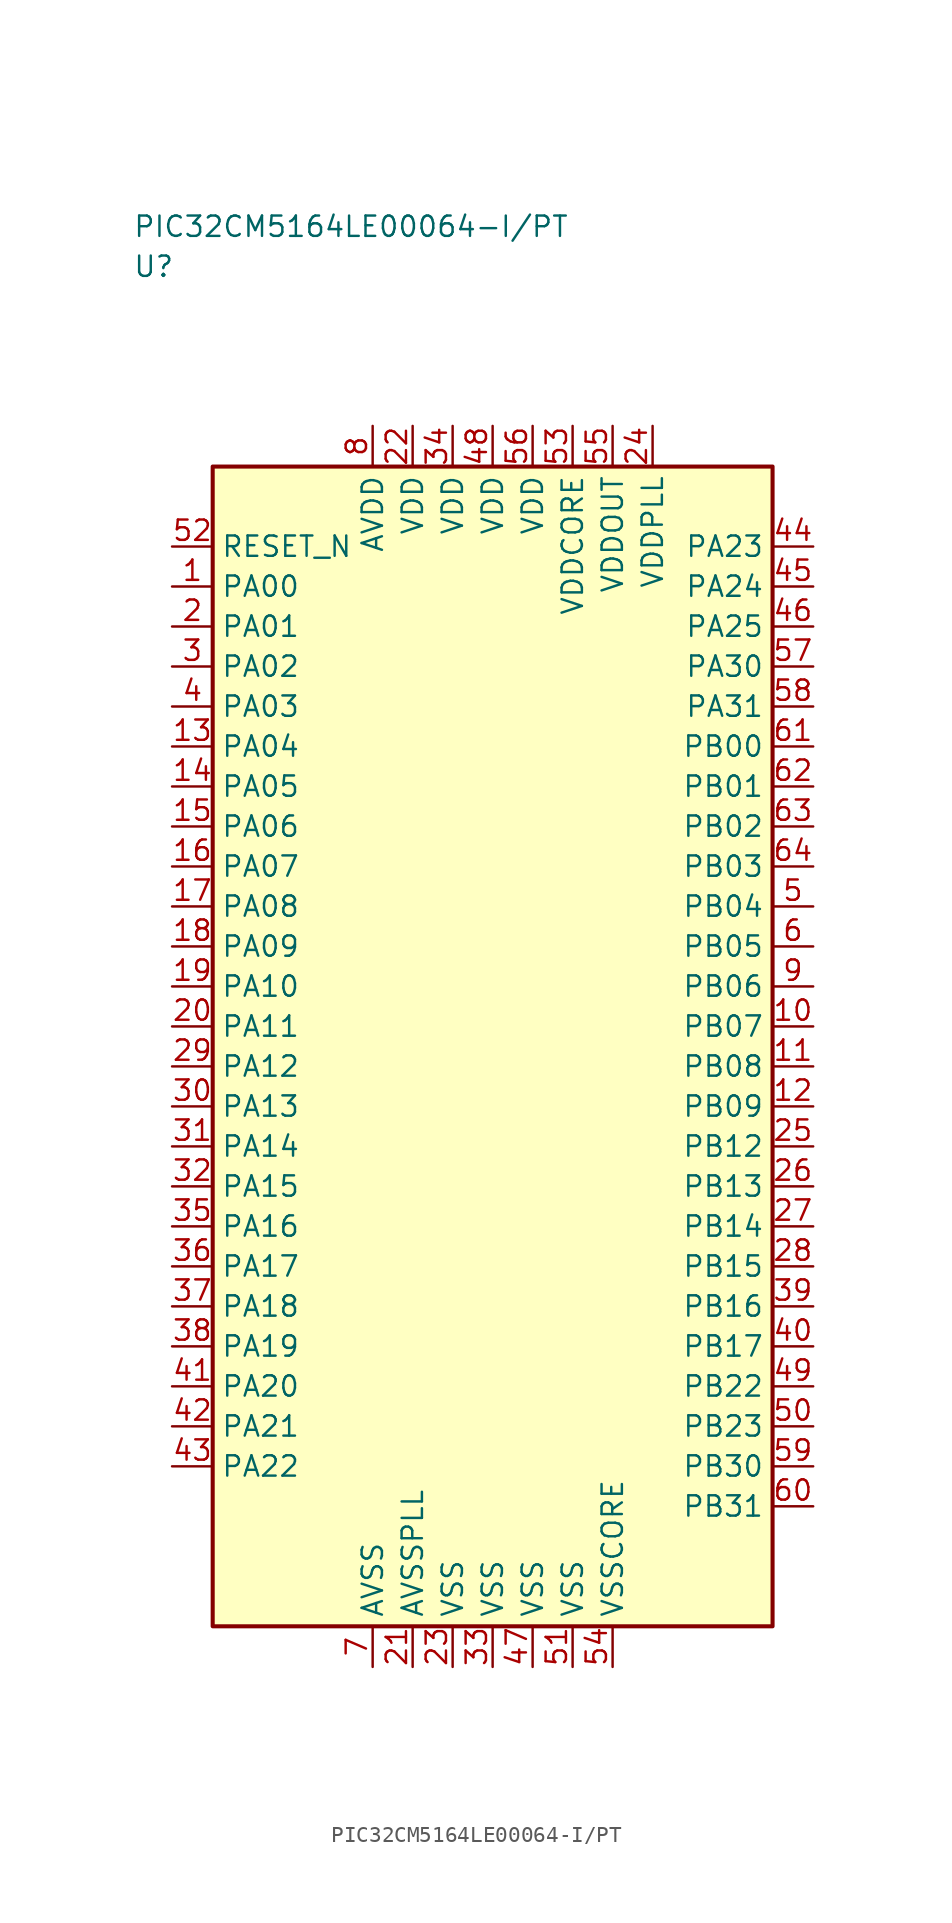
<source format=kicad_sym>
(kicad_symbol_lib
  (version 20241025)
  (generator "kicad_symbol_editor")
  (generator_version "8.0")
  (symbol "PIC32CM5164LE00064-I/PT"
    (property "Reference" "U"
      (at -22.5 48.75 0)
      (effects (font (size 1.27 1.27)) (justify left)))
    (property "Value" "PIC32CM5164LE00064-I/PT"
      (at -22.5 51.25 0)
      (effects (font (size 1.27 1.27)) (justify left)))
    (symbol "PIC32CM5164LE00064-I/PT_0_1"
      (rectangle (start -17.5 36.25) (end 17.5 -36.25) (stroke (width 0.254) (type default)) (fill (type background))))
    (symbol "PIC32CM5164LE00064-I/PT_1_1"
      (pin bidirectional line (at -20.04 28.75 0.0) (length 2.54) (name "PA00" (effects (font (size 1.27 1.27)))) (number "1" (effects (font (size 1.27 1.27)))))
      (pin bidirectional line (at -20.04 26.25 0.0) (length 2.54) (name "PA01" (effects (font (size 1.27 1.27)))) (number "2" (effects (font (size 1.27 1.27)))))
      (pin bidirectional line (at -20.04 23.75 0.0) (length 2.54) (name "PA02" (effects (font (size 1.27 1.27)))) (number "3" (effects (font (size 1.27 1.27)))))
      (pin bidirectional line (at -20.04 21.25 0.0) (length 2.54) (name "PA03" (effects (font (size 1.27 1.27)))) (number "4" (effects (font (size 1.27 1.27)))))
      (pin bidirectional line (at 20.04 8.75 180.0) (length 2.54) (name "PB04" (effects (font (size 1.27 1.27)))) (number "5" (effects (font (size 1.27 1.27)))))
      (pin bidirectional line (at 20.04 6.25 180.0) (length 2.54) (name "PB05" (effects (font (size 1.27 1.27)))) (number "6" (effects (font (size 1.27 1.27)))))
      (pin passive line (at -7.5 -38.79 90.0) (length 2.54) (name "AVSS" (effects (font (size 1.27 1.27)))) (number "7" (effects (font (size 1.27 1.27)))))
      (pin power_in line (at -7.5 38.79 270.0) (length 2.54) (name "AVDD" (effects (font (size 1.27 1.27)))) (number "8" (effects (font (size 1.27 1.27)))))
      (pin bidirectional line (at 20.04 3.75 180.0) (length 2.54) (name "PB06" (effects (font (size 1.27 1.27)))) (number "9" (effects (font (size 1.27 1.27)))))
      (pin bidirectional line (at 20.04 1.25 180.0) (length 2.54) (name "PB07" (effects (font (size 1.27 1.27)))) (number "10" (effects (font (size 1.27 1.27)))))
      (pin bidirectional line (at 20.04 -1.25 180.0) (length 2.54) (name "PB08" (effects (font (size 1.27 1.27)))) (number "11" (effects (font (size 1.27 1.27)))))
      (pin bidirectional line (at 20.04 -3.75 180.0) (length 2.54) (name "PB09" (effects (font (size 1.27 1.27)))) (number "12" (effects (font (size 1.27 1.27)))))
      (pin bidirectional line (at -20.04 18.75 0.0) (length 2.54) (name "PA04" (effects (font (size 1.27 1.27)))) (number "13" (effects (font (size 1.27 1.27)))))
      (pin bidirectional line (at -20.04 16.25 0.0) (length 2.54) (name "PA05" (effects (font (size 1.27 1.27)))) (number "14" (effects (font (size 1.27 1.27)))))
      (pin bidirectional line (at -20.04 13.75 0.0) (length 2.54) (name "PA06" (effects (font (size 1.27 1.27)))) (number "15" (effects (font (size 1.27 1.27)))))
      (pin bidirectional line (at -20.04 11.25 0.0) (length 2.54) (name "PA07" (effects (font (size 1.27 1.27)))) (number "16" (effects (font (size 1.27 1.27)))))
      (pin bidirectional line (at -20.04 8.75 0.0) (length 2.54) (name "PA08" (effects (font (size 1.27 1.27)))) (number "17" (effects (font (size 1.27 1.27)))))
      (pin bidirectional line (at -20.04 6.25 0.0) (length 2.54) (name "PA09" (effects (font (size 1.27 1.27)))) (number "18" (effects (font (size 1.27 1.27)))))
      (pin bidirectional line (at -20.04 3.75 0.0) (length 2.54) (name "PA10" (effects (font (size 1.27 1.27)))) (number "19" (effects (font (size 1.27 1.27)))))
      (pin bidirectional line (at -20.04 1.25 0.0) (length 2.54) (name "PA11" (effects (font (size 1.27 1.27)))) (number "20" (effects (font (size 1.27 1.27)))))
      (pin passive line (at -5.0 -38.79 90.0) (length 2.54) (name "AVSSPLL" (effects (font (size 1.27 1.27)))) (number "21" (effects (font (size 1.27 1.27)))))
      (pin power_in line (at -5.0 38.79 270.0) (length 2.54) (name "VDD" (effects (font (size 1.27 1.27)))) (number "22" (effects (font (size 1.27 1.27)))))
      (pin passive line (at -2.5 -38.79 90.0) (length 2.54) (name "VSS" (effects (font (size 1.27 1.27)))) (number "23" (effects (font (size 1.27 1.27)))))
      (pin power_in line (at 10.0 38.79 270.0) (length 2.54) (name "VDDPLL" (effects (font (size 1.27 1.27)))) (number "24" (effects (font (size 1.27 1.27)))))
      (pin bidirectional line (at 20.04 -6.25 180.0) (length 2.54) (name "PB12" (effects (font (size 1.27 1.27)))) (number "25" (effects (font (size 1.27 1.27)))))
      (pin bidirectional line (at 20.04 -8.75 180.0) (length 2.54) (name "PB13" (effects (font (size 1.27 1.27)))) (number "26" (effects (font (size 1.27 1.27)))))
      (pin bidirectional line (at 20.04 -11.25 180.0) (length 2.54) (name "PB14" (effects (font (size 1.27 1.27)))) (number "27" (effects (font (size 1.27 1.27)))))
      (pin bidirectional line (at 20.04 -13.75 180.0) (length 2.54) (name "PB15" (effects (font (size 1.27 1.27)))) (number "28" (effects (font (size 1.27 1.27)))))
      (pin bidirectional line (at -20.04 -1.25 0.0) (length 2.54) (name "PA12" (effects (font (size 1.27 1.27)))) (number "29" (effects (font (size 1.27 1.27)))))
      (pin bidirectional line (at -20.04 -3.75 0.0) (length 2.54) (name "PA13" (effects (font (size 1.27 1.27)))) (number "30" (effects (font (size 1.27 1.27)))))
      (pin bidirectional line (at -20.04 -6.25 0.0) (length 2.54) (name "PA14" (effects (font (size 1.27 1.27)))) (number "31" (effects (font (size 1.27 1.27)))))
      (pin bidirectional line (at -20.04 -8.75 0.0) (length 2.54) (name "PA15" (effects (font (size 1.27 1.27)))) (number "32" (effects (font (size 1.27 1.27)))))
      (pin passive line (at 0.0 -38.79 90.0) (length 2.54) (name "VSS" (effects (font (size 1.27 1.27)))) (number "33" (effects (font (size 1.27 1.27)))))
      (pin power_in line (at -2.5 38.79 270.0) (length 2.54) (name "VDD" (effects (font (size 1.27 1.27)))) (number "34" (effects (font (size 1.27 1.27)))))
      (pin bidirectional line (at -20.04 -11.25 0.0) (length 2.54) (name "PA16" (effects (font (size 1.27 1.27)))) (number "35" (effects (font (size 1.27 1.27)))))
      (pin bidirectional line (at -20.04 -13.75 0.0) (length 2.54) (name "PA17" (effects (font (size 1.27 1.27)))) (number "36" (effects (font (size 1.27 1.27)))))
      (pin bidirectional line (at -20.04 -16.25 0.0) (length 2.54) (name "PA18" (effects (font (size 1.27 1.27)))) (number "37" (effects (font (size 1.27 1.27)))))
      (pin bidirectional line (at -20.04 -18.75 0.0) (length 2.54) (name "PA19" (effects (font (size 1.27 1.27)))) (number "38" (effects (font (size 1.27 1.27)))))
      (pin bidirectional line (at 20.04 -16.25 180.0) (length 2.54) (name "PB16" (effects (font (size 1.27 1.27)))) (number "39" (effects (font (size 1.27 1.27)))))
      (pin bidirectional line (at 20.04 -18.75 180.0) (length 2.54) (name "PB17" (effects (font (size 1.27 1.27)))) (number "40" (effects (font (size 1.27 1.27)))))
      (pin bidirectional line (at -20.04 -21.25 0.0) (length 2.54) (name "PA20" (effects (font (size 1.27 1.27)))) (number "41" (effects (font (size 1.27 1.27)))))
      (pin bidirectional line (at -20.04 -23.75 0.0) (length 2.54) (name "PA21" (effects (font (size 1.27 1.27)))) (number "42" (effects (font (size 1.27 1.27)))))
      (pin bidirectional line (at -20.04 -26.25 0.0) (length 2.54) (name "PA22" (effects (font (size 1.27 1.27)))) (number "43" (effects (font (size 1.27 1.27)))))
      (pin bidirectional line (at 20.04 31.25 180.0) (length 2.54) (name "PA23" (effects (font (size 1.27 1.27)))) (number "44" (effects (font (size 1.27 1.27)))))
      (pin bidirectional line (at 20.04 28.75 180.0) (length 2.54) (name "PA24" (effects (font (size 1.27 1.27)))) (number "45" (effects (font (size 1.27 1.27)))))
      (pin bidirectional line (at 20.04 26.25 180.0) (length 2.54) (name "PA25" (effects (font (size 1.27 1.27)))) (number "46" (effects (font (size 1.27 1.27)))))
      (pin passive line (at 2.5 -38.79 90.0) (length 2.54) (name "VSS" (effects (font (size 1.27 1.27)))) (number "47" (effects (font (size 1.27 1.27)))))
      (pin power_in line (at 0.0 38.79 270.0) (length 2.54) (name "VDD" (effects (font (size 1.27 1.27)))) (number "48" (effects (font (size 1.27 1.27)))))
      (pin bidirectional line (at 20.04 -21.25 180.0) (length 2.54) (name "PB22" (effects (font (size 1.27 1.27)))) (number "49" (effects (font (size 1.27 1.27)))))
      (pin bidirectional line (at 20.04 -23.75 180.0) (length 2.54) (name "PB23" (effects (font (size 1.27 1.27)))) (number "50" (effects (font (size 1.27 1.27)))))
      (pin passive line (at 5.0 -38.79 90.0) (length 2.54) (name "VSS" (effects (font (size 1.27 1.27)))) (number "51" (effects (font (size 1.27 1.27)))))
      (pin input line (at -20.04 31.25 0.0) (length 2.54) (name "RESET_N" (effects (font (size 1.27 1.27)))) (number "52" (effects (font (size 1.27 1.27)))))
      (pin power_in line (at 5.0 38.79 270.0) (length 2.54) (name "VDDCORE" (effects (font (size 1.27 1.27)))) (number "53" (effects (font (size 1.27 1.27)))))
      (pin passive line (at 7.5 -38.79 90.0) (length 2.54) (name "VSSCORE" (effects (font (size 1.27 1.27)))) (number "54" (effects (font (size 1.27 1.27)))))
      (pin power_in line (at 7.5 38.79 270.0) (length 2.54) (name "VDDOUT" (effects (font (size 1.27 1.27)))) (number "55" (effects (font (size 1.27 1.27)))))
      (pin power_in line (at 2.5 38.79 270.0) (length 2.54) (name "VDD" (effects (font (size 1.27 1.27)))) (number "56" (effects (font (size 1.27 1.27)))))
      (pin bidirectional line (at 20.04 23.75 180.0) (length 2.54) (name "PA30" (effects (font (size 1.27 1.27)))) (number "57" (effects (font (size 1.27 1.27)))))
      (pin bidirectional line (at 20.04 21.25 180.0) (length 2.54) (name "PA31" (effects (font (size 1.27 1.27)))) (number "58" (effects (font (size 1.27 1.27)))))
      (pin bidirectional line (at 20.04 -26.25 180.0) (length 2.54) (name "PB30" (effects (font (size 1.27 1.27)))) (number "59" (effects (font (size 1.27 1.27)))))
      (pin bidirectional line (at 20.04 -28.75 180.0) (length 2.54) (name "PB31" (effects (font (size 1.27 1.27)))) (number "60" (effects (font (size 1.27 1.27)))))
      (pin bidirectional line (at 20.04 18.75 180.0) (length 2.54) (name "PB00" (effects (font (size 1.27 1.27)))) (number "61" (effects (font (size 1.27 1.27)))))
      (pin bidirectional line (at 20.04 16.25 180.0) (length 2.54) (name "PB01" (effects (font (size 1.27 1.27)))) (number "62" (effects (font (size 1.27 1.27)))))
      (pin bidirectional line (at 20.04 13.75 180.0) (length 2.54) (name "PB02" (effects (font (size 1.27 1.27)))) (number "63" (effects (font (size 1.27 1.27)))))
      (pin bidirectional line (at 20.04 11.25 180.0) (length 2.54) (name "PB03" (effects (font (size 1.27 1.27)))) (number "64" (effects (font (size 1.27 1.27))))))))
</source>
